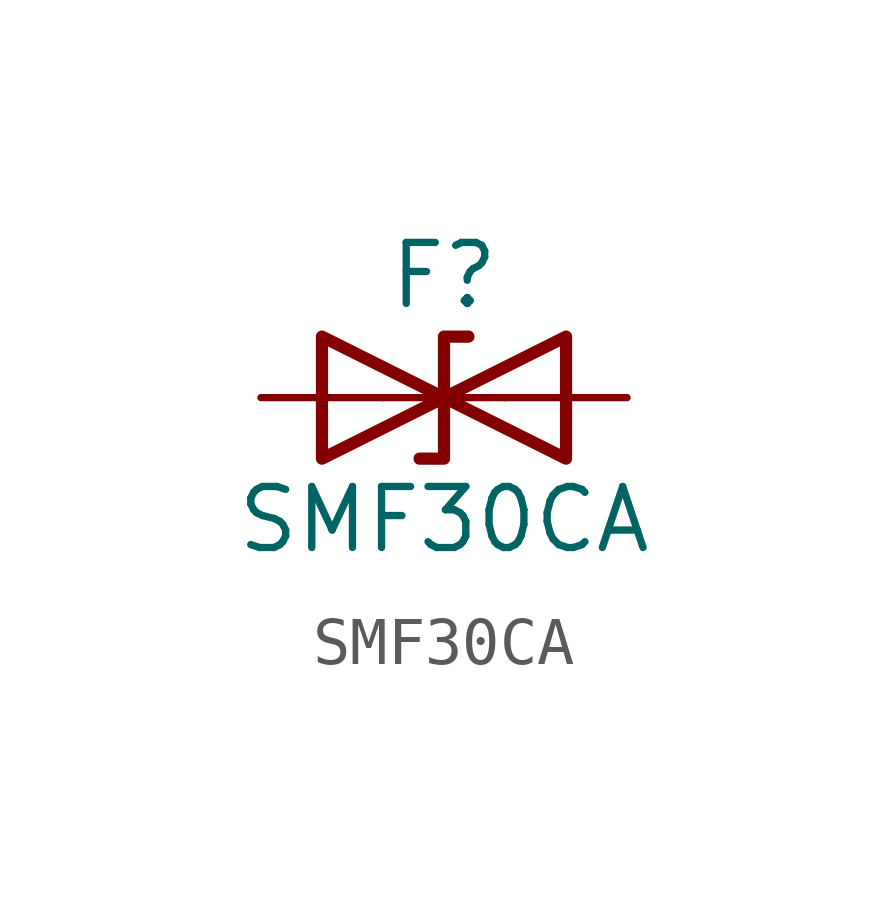
<source format=kicad_sym>
(kicad_symbol_lib
  (version 20220914)
  (generator kicad_db_lib)
  (symbol "SMF30CA"
    (pin_numbers hide)
    (pin_names
      (offset 1.016) hide)
    (property "Reference" "F"
      (at 0 2.54 0)
      (effects (font (size 1.27 1.27))))
    (property "Value" "SMF30CA"
      (at 0 -2.54 0)
      (effects (font (size 1.27 1.27))))
    (symbol "SMF30CA_0_1"
      (polyline (pts (xy 1.27 0) (xy -1.27 0)) (stroke (width 0) (type default)) (fill (type none)))
      (polyline (pts (xy 0.508 1.27) (xy 0 1.27) (xy 0 -1.27) (xy -0.508 -1.27)) (stroke (width 0.254) (type default)) (fill (type none)))
      (polyline (pts (xy -2.54 1.27) (xy -2.54 -1.27) (xy 2.54 1.27) (xy 2.54 -1.27) (xy -2.54 1.27)) (stroke (width 0.254) (type default)) (fill (type none))))
    (symbol "SMF30CA_1_1"
      (pin passive line (at -3.81 0 0) (length 2.54) (name "A1" (effects (font (size 1.27 1.27)))) (number "1" (effects (font (size 1.27 1.27)))))
      (pin passive line (at 3.81 0 180) (length 2.54) (name "A2" (effects (font (size 1.27 1.27)))) (number "2" (effects (font (size 1.27 1.27))))))))
</source>
